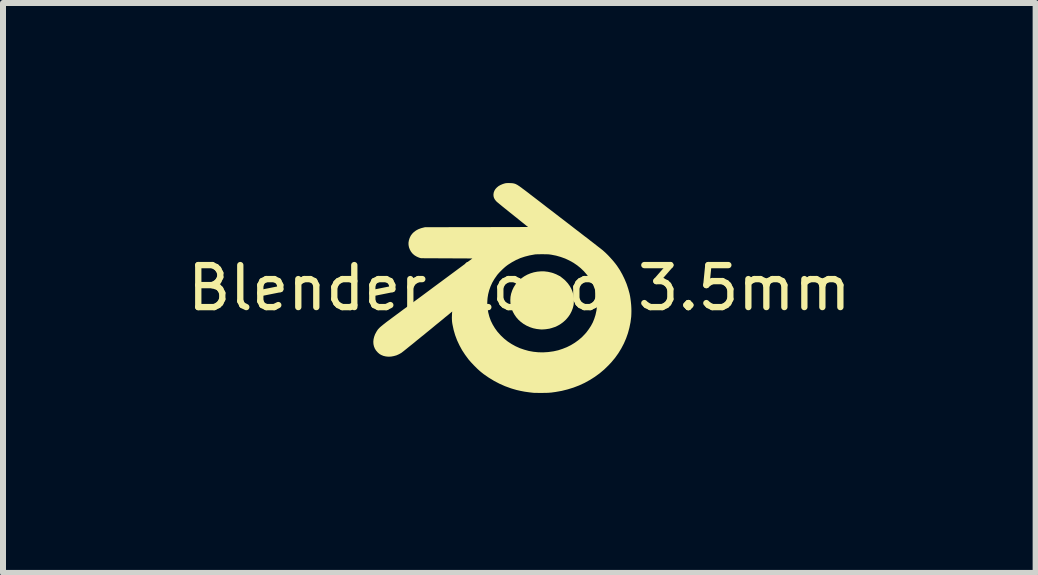
<source format=kicad_pcb>
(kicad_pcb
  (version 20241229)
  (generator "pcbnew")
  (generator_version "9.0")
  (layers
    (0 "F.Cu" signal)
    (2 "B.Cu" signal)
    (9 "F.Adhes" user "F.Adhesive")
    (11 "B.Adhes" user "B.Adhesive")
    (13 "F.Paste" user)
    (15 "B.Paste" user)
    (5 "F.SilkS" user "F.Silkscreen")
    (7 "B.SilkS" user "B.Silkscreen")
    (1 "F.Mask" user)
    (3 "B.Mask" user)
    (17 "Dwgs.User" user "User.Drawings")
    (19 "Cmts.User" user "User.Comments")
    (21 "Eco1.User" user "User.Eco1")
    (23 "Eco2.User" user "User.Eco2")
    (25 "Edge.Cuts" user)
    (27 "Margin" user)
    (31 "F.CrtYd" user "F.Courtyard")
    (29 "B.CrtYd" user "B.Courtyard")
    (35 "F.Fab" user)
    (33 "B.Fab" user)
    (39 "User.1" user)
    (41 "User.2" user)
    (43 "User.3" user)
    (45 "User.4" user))
  (footprint "Blender Logo 3.5mm"
    (layer "F.Cu")
    (at 5.604 1.749)
    (property "Reference" "Blender Logo 3.5mm" (at 0 0 180) (layer "F.SilkS") (effects (font (size 0.7 0.7) (thickness 0.105))))
    (attr board_only exclude_from_pos_files exclude_from_bom)
    (fp_poly (pts (xy 0.416 -0.277) (xy 0.475 -0.27) (xy 0.533 -0.257) (xy 0.561 -0.249) (xy 0.615 -0.228) (xy 0.665 -0.202) (xy 0.711 -0.171) (xy 0.755 -0.135) (xy 0.771 -0.119) (xy 0.809 -0.077) (xy 0.841 -0.032) (xy 0.867 0.014) (xy 0.887 0.064) (xy 0.902 0.117) (xy 0.902 0.118) (xy 0.905 0.135) (xy 0.907 0.157) (xy 0.908 0.183) (xy 0.909 0.21) (xy 0.908 0.236) (xy 0.907 0.26) (xy 0.905 0.28) (xy 0.904 0.287) (xy 0.89 0.34) (xy 0.87 0.391) (xy 0.845 0.439) (xy 0.814 0.484) (xy 0.778 0.526) (xy 0.738 0.563) (xy 0.693 0.597) (xy 0.645 0.626) (xy 0.593 0.65) (xy 0.538 0.668) (xy 0.497 0.679) (xy 0.481 0.681) (xy 0.462 0.684) (xy 0.441 0.687) (xy 0.42 0.689) (xy 0.4 0.69) (xy 0.384 0.691) (xy 0.373 0.691) (xy 0.373 0.691) (xy 0.364 0.691) (xy 0.353 0.69) (xy 0.348 0.69) (xy 0.288 0.683) (xy 0.231 0.671) (xy 0.177 0.653) (xy 0.123 0.629) (xy 0.121 0.628) (xy 0.071 0.599) (xy 0.026 0.566) (xy -0.015 0.529) (xy -0.05 0.489) (xy -0.08 0.446) (xy -0.106 0.4) (xy -0.125 0.352) (xy -0.139 0.303) (xy -0.148 0.252) (xy -0.15 0.201) (xy -0.147 0.149) (xy -0.137 0.097) (xy -0.12 0.046) (xy -0.116 0.035) (xy -0.093 -0.013) (xy -0.064 -0.059) (xy -0.029 -0.101) (xy -0.009 -0.123) (xy 0.035 -0.161) (xy 0.082 -0.194) (xy 0.133 -0.222) (xy 0.186 -0.244) (xy 0.242 -0.261) (xy 0.299 -0.272) (xy 0.357 -0.277)) (stroke (width 0) (type solid)) (fill yes) (layer "F.SilkS"))
    (fp_poly (pts (xy -0.156 -1.748) (xy -0.131 -1.747) (xy -0.109 -1.745) (xy -0.093 -1.742) (xy -0.084 -1.74) (xy -0.076 -1.737) (xy -0.068 -1.735) (xy -0.059 -1.731) (xy -0.051 -1.727) (xy -0.041 -1.722) (xy -0.03 -1.716) (xy -0.017 -1.707) (xy -0.002 -1.698) (xy 0.014 -1.686) (xy 0.034 -1.672) (xy 0.056 -1.655) (xy 0.082 -1.636) (xy 0.111 -1.614) (xy 0.144 -1.589) (xy 0.181 -1.56) (xy 0.223 -1.528) (xy 0.27 -1.492) (xy 0.278 -1.486) (xy 0.317 -1.456) (xy 0.36 -1.423) (xy 0.408 -1.386) (xy 0.458 -1.347) (xy 0.512 -1.306) (xy 0.567 -1.264) (xy 0.624 -1.22) (xy 0.682 -1.175) (xy 0.74 -1.131) (xy 0.797 -1.087) (xy 0.853 -1.044) (xy 0.907 -1.002) (xy 0.959 -0.962) (xy 1.005 -0.927) (xy 1.05 -0.892) (xy 1.094 -0.858) (xy 1.137 -0.826) (xy 1.177 -0.794) (xy 1.215 -0.765) (xy 1.25 -0.738) (xy 1.282 -0.713) (xy 1.311 -0.69) (xy 1.336 -0.671) (xy 1.358 -0.654) (xy 1.374 -0.641) (xy 1.387 -0.631) (xy 1.394 -0.625) (xy 1.394 -0.625) (xy 1.435 -0.588) (xy 1.477 -0.547) (xy 1.519 -0.502) (xy 1.56 -0.456) (xy 1.597 -0.411) (xy 1.628 -0.37) (xy 1.675 -0.299) (xy 1.717 -0.224) (xy 1.755 -0.146) (xy 1.788 -0.067) (xy 1.815 0.014) (xy 1.837 0.094) (xy 1.846 0.138) (xy 1.853 0.184) (xy 1.859 0.233) (xy 1.864 0.284) (xy 1.867 0.336) (xy 1.868 0.385) (xy 1.867 0.432) (xy 1.865 0.474) (xy 1.865 0.477) (xy 1.853 0.571) (xy 1.834 0.664) (xy 1.81 0.753) (xy 1.779 0.841) (xy 1.742 0.926) (xy 1.699 1.008) (xy 1.65 1.088) (xy 1.595 1.165) (xy 1.533 1.239) (xy 1.486 1.289) (xy 1.414 1.359) (xy 1.338 1.423) (xy 1.258 1.481) (xy 1.174 1.534) (xy 1.087 1.582) (xy 0.996 1.624) (xy 0.902 1.66) (xy 0.805 1.69) (xy 0.705 1.715) (xy 0.603 1.733) (xy 0.552 1.74) (xy 0.532 1.743) (xy 0.513 1.744) (xy 0.492 1.746) (xy 0.47 1.747) (xy 0.445 1.748) (xy 0.415 1.748) (xy 0.38 1.749) (xy 0.379 1.749) (xy 0.351 1.749) (xy 0.323 1.749) (xy 0.297 1.748) (xy 0.274 1.748) (xy 0.254 1.748) (xy 0.24 1.747) (xy 0.235 1.747) (xy 0.159 1.738) (xy 0.089 1.728) (xy 0.021 1.715) (xy -0.045 1.7) (xy -0.111 1.681) (xy -0.143 1.671) (xy -0.239 1.636) (xy -0.331 1.595) (xy -0.421 1.548) (xy -0.508 1.495) (xy -0.592 1.437) (xy -0.629 1.408) (xy -0.651 1.39) (xy -0.676 1.368) (xy -0.703 1.343) (xy -0.731 1.315) (xy -0.759 1.287) (xy -0.785 1.259) (xy -0.81 1.233) (xy -0.831 1.208) (xy -0.845 1.192) (xy -0.902 1.115) (xy -0.954 1.036) (xy -0.998 0.955) (xy -1.037 0.872) (xy -1.069 0.787) (xy -1.094 0.701) (xy -1.113 0.612) (xy -1.118 0.584) (xy -1.121 0.559) (xy -1.123 0.529) (xy -1.124 0.497) (xy -1.123 0.465) (xy -1.122 0.434) (xy -1.121 0.42) (xy -1.118 0.392) (xy -1.145 0.414) (xy -1.171 0.436) (xy -1.2 0.46) (xy -1.233 0.486) (xy -1.267 0.515) (xy -1.304 0.545) (xy -1.343 0.577) (xy -1.383 0.609) (xy -1.424 0.643) (xy -1.465 0.677) (xy -1.508 0.712) (xy -1.55 0.746) (xy -1.592 0.781) (xy -1.634 0.814) (xy -1.674 0.847) (xy -1.714 0.879) (xy -1.751 0.91) (xy -1.787 0.939) (xy -1.821 0.966) (xy -1.852 0.991) (xy -1.879 1.013) (xy -1.904 1.033) (xy -1.925 1.05) (xy -1.942 1.063) (xy -1.955 1.073) (xy -1.963 1.079) (xy -1.965 1.081) (xy -2.006 1.104) (xy -2.049 1.123) (xy -2.093 1.135) (xy -2.137 1.143) (xy -2.181 1.145) (xy -2.223 1.141) (xy -2.263 1.132) (xy -2.268 1.13) (xy -2.3 1.117) (xy -2.328 1.101) (xy -2.354 1.079) (xy -2.363 1.07) (xy -2.389 1.04) (xy -2.409 1.007) (xy -2.423 0.971) (xy -2.431 0.934) (xy -2.433 0.895) (xy -2.429 0.854) (xy -2.419 0.813) (xy -2.404 0.772) (xy -2.382 0.731) (xy -2.375 0.719) (xy -2.368 0.709) (xy -2.362 0.699) (xy -2.355 0.69) (xy -2.347 0.681) (xy -2.338 0.672) (xy -2.329 0.662) (xy -2.317 0.651) (xy -2.303 0.639) (xy -2.287 0.626) (xy -2.269 0.611) (xy -2.247 0.594) (xy -2.222 0.574) (xy -2.193 0.552) (xy -2.16 0.528) (xy -2.123 0.5) (xy -2.081 0.469) (xy -2.034 0.434) (xy -2.032 0.433) (xy -2.001 0.41) (xy -1.965 0.383) (xy -1.925 0.353) (xy -1.88 0.321) (xy -1.832 0.285) (xy -1.82 0.276) (xy -0.534 0.276) (xy -0.532 0.312) (xy -0.529 0.339) (xy -0.517 0.411) (xy -0.499 0.48) (xy -0.475 0.546) (xy -0.444 0.609) (xy -0.408 0.669) (xy -0.366 0.727) (xy -0.317 0.782) (xy -0.309 0.791) (xy -0.253 0.844) (xy -0.193 0.892) (xy -0.129 0.934) (xy -0.062 0.971) (xy 0.009 1.003) (xy 0.082 1.028) (xy 0.157 1.049) (xy 0.235 1.063) (xy 0.314 1.071) (xy 0.395 1.073) (xy 0.477 1.068) (xy 0.495 1.066) (xy 0.572 1.055) (xy 0.648 1.038) (xy 0.721 1.014) (xy 0.792 0.986) (xy 0.86 0.952) (xy 0.924 0.913) (xy 0.985 0.869) (xy 1.042 0.821) (xy 1.093 0.768) (xy 1.117 0.741) (xy 1.158 0.686) (xy 1.194 0.631) (xy 1.224 0.575) (xy 1.248 0.516) (xy 1.268 0.454) (xy 1.271 0.442) (xy 1.286 0.373) (xy 1.294 0.304) (xy 1.296 0.235) (xy 1.291 0.166) (xy 1.279 0.098) (xy 1.262 0.031) (xy 1.238 -0.034) (xy 1.208 -0.098) (xy 1.171 -0.159) (xy 1.171 -0.16) (xy 1.126 -0.221) (xy 1.077 -0.278) (xy 1.023 -0.33) (xy 0.965 -0.377) (xy 0.902 -0.42) (xy 0.835 -0.457) (xy 0.765 -0.49) (xy 0.69 -0.517) (xy 0.613 -0.539) (xy 0.531 -0.555) (xy 0.509 -0.558) (xy 0.494 -0.56) (xy 0.475 -0.561) (xy 0.45 -0.562) (xy 0.423 -0.562) (xy 0.394 -0.563) (xy 0.365 -0.563) (xy 0.336 -0.562) (xy 0.309 -0.562) (xy 0.286 -0.561) (xy 0.266 -0.56) (xy 0.253 -0.558) (xy 0.171 -0.543) (xy 0.092 -0.523) (xy 0.017 -0.498) (xy -0.055 -0.466) (xy -0.123 -0.429) (xy -0.189 -0.387) (xy -0.212 -0.37) (xy -0.232 -0.354) (xy -0.255 -0.334) (xy -0.28 -0.311) (xy -0.304 -0.287) (xy -0.328 -0.263) (xy -0.349 -0.24) (xy -0.367 -0.219) (xy -0.375 -0.208) (xy -0.416 -0.149) (xy -0.451 -0.089) (xy -0.479 -0.027) (xy -0.502 0.037) (xy -0.519 0.103) (xy -0.524 0.133) (xy -0.529 0.165) (xy -0.532 0.201) (xy -0.534 0.239) (xy -0.534 0.276) (xy -1.82 0.276) (xy -1.781 0.247) (xy -1.728 0.208) (xy -1.672 0.167) (xy -1.615 0.125) (xy -1.557 0.082) (xy -1.499 0.039) (xy -1.44 -0.005) (xy -1.382 -0.048) (xy -1.325 -0.09) (xy -1.279 -0.124) (xy -0.782 -0.492) (xy -1.21 -0.494) (xy -1.638 -0.496) (xy -1.663 -0.503) (xy -1.689 -0.513) (xy -1.716 -0.526) (xy -1.741 -0.541) (xy -1.756 -0.552) (xy -1.785 -0.579) (xy -1.808 -0.61) (xy -1.826 -0.644) (xy -1.839 -0.679) (xy -1.846 -0.716) (xy -1.847 -0.753) (xy -1.841 -0.79) (xy -1.841 -0.791) (xy -1.828 -0.832) (xy -1.81 -0.87) (xy -1.786 -0.903) (xy -1.757 -0.932) (xy -1.722 -0.958) (xy -1.683 -0.979) (xy -1.638 -0.996) (xy -1.604 -1.005) (xy -1.571 -1.013) (xy -0.713 -1.014) (xy 0.145 -1.016) (xy 0.022 -1.115) (xy -0.008 -1.139) (xy -0.042 -1.167) (xy -0.079 -1.196) (xy -0.116 -1.226) (xy -0.154 -1.256) (xy -0.19 -1.285) (xy -0.223 -1.312) (xy -0.235 -1.321) (xy -0.262 -1.343) (xy -0.287 -1.363) (xy -0.311 -1.383) (xy -0.333 -1.401) (xy -0.352 -1.417) (xy -0.368 -1.43) (xy -0.379 -1.44) (xy -0.386 -1.447) (xy -0.387 -1.448) (xy -0.407 -1.473) (xy -0.422 -1.501) (xy -0.43 -1.531) (xy -0.431 -1.561) (xy -0.426 -1.592) (xy -0.415 -1.621) (xy -0.398 -1.649) (xy -0.374 -1.675) (xy -0.346 -1.698) (xy -0.312 -1.717) (xy -0.274 -1.733) (xy -0.245 -1.742) (xy -0.228 -1.746) (xy -0.207 -1.748) (xy -0.182 -1.749)) (stroke (width 0) (type solid)) (fill yes) (layer "F.SilkS")))
  (gr_rect
    (start -3 -3)
    (end 14.208 6.497)
    (stroke (width 0.1) (type default))
    (fill no)
    (layer "Edge.Cuts")))
</source>
